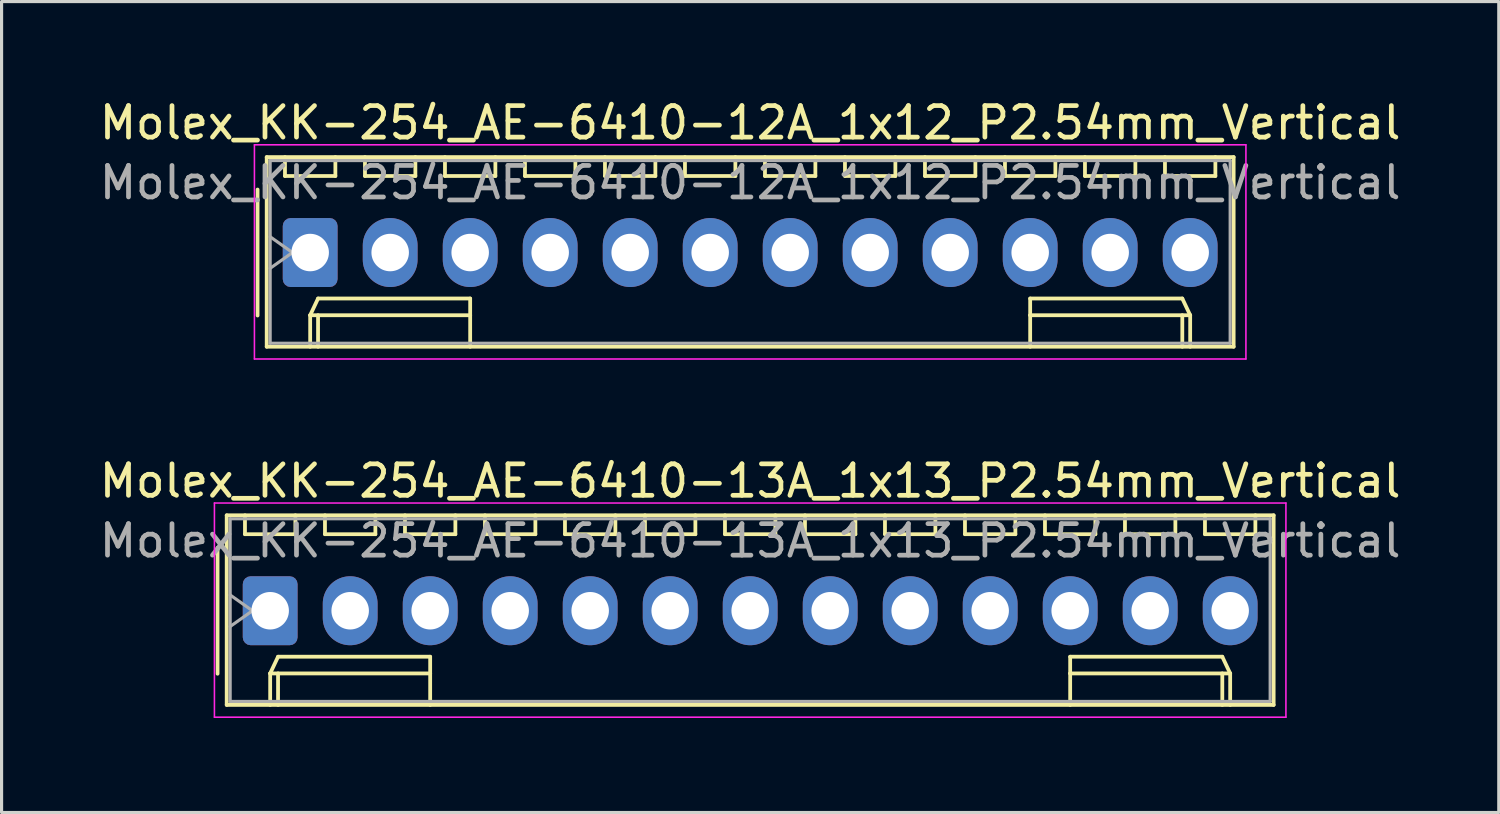
<source format=kicad_pcb>
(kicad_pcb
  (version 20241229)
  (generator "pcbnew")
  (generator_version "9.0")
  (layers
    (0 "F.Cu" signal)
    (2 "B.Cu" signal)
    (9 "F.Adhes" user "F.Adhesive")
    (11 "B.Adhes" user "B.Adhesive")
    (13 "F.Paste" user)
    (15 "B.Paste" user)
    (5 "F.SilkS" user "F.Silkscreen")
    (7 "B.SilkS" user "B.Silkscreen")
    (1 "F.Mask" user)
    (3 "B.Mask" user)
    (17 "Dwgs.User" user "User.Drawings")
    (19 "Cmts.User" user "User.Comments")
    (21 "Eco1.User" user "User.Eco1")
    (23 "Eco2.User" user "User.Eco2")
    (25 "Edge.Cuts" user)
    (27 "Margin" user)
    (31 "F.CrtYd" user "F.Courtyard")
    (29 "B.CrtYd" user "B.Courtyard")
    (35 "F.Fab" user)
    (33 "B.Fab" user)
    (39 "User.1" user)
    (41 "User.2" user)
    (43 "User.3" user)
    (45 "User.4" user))
  (footprint "Molex_KK-254_AE-6410-12A_1x12_P2.54mm_Vertical"
    (layer "F.Cu")
    (at 6.798 4.968)
    (property "Reference" "Molex_KK-254_AE-6410-12A_1x12_P2.54mm_Vertical" (at 13.97 -4.12 0) (layer "F.SilkS") (effects (font (size 1 1) (thickness 0.15))))
    (attr through_hole)
    (fp_line (start -1.67 -2) (end -1.67 2) (stroke (width 0.12) (type solid)) (layer "F.SilkS"))
    (fp_line (start -1.38 -3.03) (end -1.38 2.99) (stroke (width 0.12) (type solid)) (layer "F.SilkS"))
    (fp_line (start -1.38 2.99) (end 29.32 2.99) (stroke (width 0.12) (type solid)) (layer "F.SilkS"))
    (fp_line (start -0.8 -3.03) (end -0.8 -2.43) (stroke (width 0.12) (type solid)) (layer "F.SilkS"))
    (fp_line (start -0.8 -2.43) (end 0.8 -2.43) (stroke (width 0.12) (type solid)) (layer "F.SilkS"))
    (fp_line (start 0 1.99) (end 0.25 1.46) (stroke (width 0.12) (type solid)) (layer "F.SilkS"))
    (fp_line (start 0 1.99) (end 5.08 1.99) (stroke (width 0.12) (type solid)) (layer "F.SilkS"))
    (fp_line (start 0 2.99) (end 0 1.99) (stroke (width 0.12) (type solid)) (layer "F.SilkS"))
    (fp_line (start 0.25 1.46) (end 5.08 1.46) (stroke (width 0.12) (type solid)) (layer "F.SilkS"))
    (fp_line (start 0.25 2.99) (end 0.25 1.99) (stroke (width 0.12) (type solid)) (layer "F.SilkS"))
    (fp_line (start 0.8 -2.43) (end 0.8 -3.03) (stroke (width 0.12) (type solid)) (layer "F.SilkS"))
    (fp_line (start 1.74 -3.03) (end 1.74 -2.43) (stroke (width 0.12) (type solid)) (layer "F.SilkS"))
    (fp_line (start 1.74 -2.43) (end 3.34 -2.43) (stroke (width 0.12) (type solid)) (layer "F.SilkS"))
    (fp_line (start 3.34 -2.43) (end 3.34 -3.03) (stroke (width 0.12) (type solid)) (layer "F.SilkS"))
    (fp_line (start 4.28 -3.03) (end 4.28 -2.43) (stroke (width 0.12) (type solid)) (layer "F.SilkS"))
    (fp_line (start 4.28 -2.43) (end 5.88 -2.43) (stroke (width 0.12) (type solid)) (layer "F.SilkS"))
    (fp_line (start 5.08 1.46) (end 5.08 1.99) (stroke (width 0.12) (type solid)) (layer "F.SilkS"))
    (fp_line (start 5.08 1.99) (end 5.08 2.99) (stroke (width 0.12) (type solid)) (layer "F.SilkS"))
    (fp_line (start 5.88 -2.43) (end 5.88 -3.03) (stroke (width 0.12) (type solid)) (layer "F.SilkS"))
    (fp_line (start 6.82 -3.03) (end 6.82 -2.43) (stroke (width 0.12) (type solid)) (layer "F.SilkS"))
    (fp_line (start 6.82 -2.43) (end 8.42 -2.43) (stroke (width 0.12) (type solid)) (layer "F.SilkS"))
    (fp_line (start 8.42 -2.43) (end 8.42 -3.03) (stroke (width 0.12) (type solid)) (layer "F.SilkS"))
    (fp_line (start 9.36 -3.03) (end 9.36 -2.43) (stroke (width 0.12) (type solid)) (layer "F.SilkS"))
    (fp_line (start 9.36 -2.43) (end 10.96 -2.43) (stroke (width 0.12) (type solid)) (layer "F.SilkS"))
    (fp_line (start 10.96 -2.43) (end 10.96 -3.03) (stroke (width 0.12) (type solid)) (layer "F.SilkS"))
    (fp_line (start 11.9 -3.03) (end 11.9 -2.43) (stroke (width 0.12) (type solid)) (layer "F.SilkS"))
    (fp_line (start 11.9 -2.43) (end 13.5 -2.43) (stroke (width 0.12) (type solid)) (layer "F.SilkS"))
    (fp_line (start 13.5 -2.43) (end 13.5 -3.03) (stroke (width 0.12) (type solid)) (layer "F.SilkS"))
    (fp_line (start 14.44 -3.03) (end 14.44 -2.43) (stroke (width 0.12) (type solid)) (layer "F.SilkS"))
    (fp_line (start 14.44 -2.43) (end 16.04 -2.43) (stroke (width 0.12) (type solid)) (layer "F.SilkS"))
    (fp_line (start 16.04 -2.43) (end 16.04 -3.03) (stroke (width 0.12) (type solid)) (layer "F.SilkS"))
    (fp_line (start 16.98 -3.03) (end 16.98 -2.43) (stroke (width 0.12) (type solid)) (layer "F.SilkS"))
    (fp_line (start 16.98 -2.43) (end 18.58 -2.43) (stroke (width 0.12) (type solid)) (layer "F.SilkS"))
    (fp_line (start 18.58 -2.43) (end 18.58 -3.03) (stroke (width 0.12) (type solid)) (layer "F.SilkS"))
    (fp_line (start 19.52 -3.03) (end 19.52 -2.43) (stroke (width 0.12) (type solid)) (layer "F.SilkS"))
    (fp_line (start 19.52 -2.43) (end 21.12 -2.43) (stroke (width 0.12) (type solid)) (layer "F.SilkS"))
    (fp_line (start 21.12 -2.43) (end 21.12 -3.03) (stroke (width 0.12) (type solid)) (layer "F.SilkS"))
    (fp_line (start 22.06 -3.03) (end 22.06 -2.43) (stroke (width 0.12) (type solid)) (layer "F.SilkS"))
    (fp_line (start 22.06 -2.43) (end 23.66 -2.43) (stroke (width 0.12) (type solid)) (layer "F.SilkS"))
    (fp_line (start 22.86 1.46) (end 22.86 1.99) (stroke (width 0.12) (type solid)) (layer "F.SilkS"))
    (fp_line (start 22.86 1.99) (end 22.86 2.99) (stroke (width 0.12) (type solid)) (layer "F.SilkS"))
    (fp_line (start 23.66 -2.43) (end 23.66 -3.03) (stroke (width 0.12) (type solid)) (layer "F.SilkS"))
    (fp_line (start 24.6 -3.03) (end 24.6 -2.43) (stroke (width 0.12) (type solid)) (layer "F.SilkS"))
    (fp_line (start 24.6 -2.43) (end 26.2 -2.43) (stroke (width 0.12) (type solid)) (layer "F.SilkS"))
    (fp_line (start 26.2 -2.43) (end 26.2 -3.03) (stroke (width 0.12) (type solid)) (layer "F.SilkS"))
    (fp_line (start 27.14 -3.03) (end 27.14 -2.43) (stroke (width 0.12) (type solid)) (layer "F.SilkS"))
    (fp_line (start 27.14 -2.43) (end 28.74 -2.43) (stroke (width 0.12) (type solid)) (layer "F.SilkS"))
    (fp_line (start 27.69 1.46) (end 22.86 1.46) (stroke (width 0.12) (type solid)) (layer "F.SilkS"))
    (fp_line (start 27.69 2.99) (end 27.69 1.99) (stroke (width 0.12) (type solid)) (layer "F.SilkS"))
    (fp_line (start 27.94 1.99) (end 22.86 1.99) (stroke (width 0.12) (type solid)) (layer "F.SilkS"))
    (fp_line (start 27.94 1.99) (end 27.69 1.46) (stroke (width 0.12) (type solid)) (layer "F.SilkS"))
    (fp_line (start 27.94 2.99) (end 27.94 1.99) (stroke (width 0.12) (type solid)) (layer "F.SilkS"))
    (fp_line (start 28.74 -2.43) (end 28.74 -3.03) (stroke (width 0.12) (type solid)) (layer "F.SilkS"))
    (fp_line (start 29.32 -3.03) (end -1.38 -3.03) (stroke (width 0.12) (type solid)) (layer "F.SilkS"))
    (fp_line (start 29.32 2.99) (end 29.32 -3.03) (stroke (width 0.12) (type solid)) (layer "F.SilkS"))
    (fp_line (start -1.77 -3.42) (end -1.77 3.38) (stroke (width 0.05) (type solid)) (layer "F.CrtYd"))
    (fp_line (start -1.77 3.38) (end 29.71 3.38) (stroke (width 0.05) (type solid)) (layer "F.CrtYd"))
    (fp_line (start 29.71 -3.42) (end -1.77 -3.42) (stroke (width 0.05) (type solid)) (layer "F.CrtYd"))
    (fp_line (start 29.71 3.38) (end 29.71 -3.42) (stroke (width 0.05) (type solid)) (layer "F.CrtYd"))
    (fp_line (start -1.27 -2.92) (end -1.27 2.88) (stroke (width 0.1) (type solid)) (layer "F.Fab"))
    (fp_line (start -1.27 -0.5) (end -0.563 0) (stroke (width 0.1) (type solid)) (layer "F.Fab"))
    (fp_line (start -1.27 2.88) (end 29.21 2.88) (stroke (width 0.1) (type solid)) (layer "F.Fab"))
    (fp_line (start -0.563 0) (end -1.27 0.5) (stroke (width 0.1) (type solid)) (layer "F.Fab"))
    (fp_line (start 29.21 -2.92) (end -1.27 -2.92) (stroke (width 0.1) (type solid)) (layer "F.Fab"))
    (fp_line (start 29.21 2.88) (end 29.21 -2.92) (stroke (width 0.1) (type solid)) (layer "F.Fab"))
    (fp_text user "${REFERENCE}" (at 13.97 -2.22 0) (layer "F.Fab") (effects (font (size 1 1) (thickness 0.15))))
    (pad "1" thru_hole roundrect (at 0 0) (size 1.74 2.19) (drill 1.19) (layers "*.Cu" "*.Mask") (roundrect_rratio 0.144))
    (pad "2" thru_hole oval (at 2.54 0) (size 1.74 2.19) (drill 1.19) (layers "*.Cu" "*.Mask"))
    (pad "3" thru_hole oval (at 5.08 0) (size 1.74 2.19) (drill 1.19) (layers "*.Cu" "*.Mask"))
    (pad "4" thru_hole oval (at 7.62 0) (size 1.74 2.19) (drill 1.19) (layers "*.Cu" "*.Mask"))
    (pad "5" thru_hole oval (at 10.16 0) (size 1.74 2.19) (drill 1.19) (layers "*.Cu" "*.Mask"))
    (pad "6" thru_hole oval (at 12.7 0) (size 1.74 2.19) (drill 1.19) (layers "*.Cu" "*.Mask"))
    (pad "7" thru_hole oval (at 15.24 0) (size 1.74 2.19) (drill 1.19) (layers "*.Cu" "*.Mask"))
    (pad "8" thru_hole oval (at 17.78 0) (size 1.74 2.19) (drill 1.19) (layers "*.Cu" "*.Mask"))
    (pad "9" thru_hole oval (at 20.32 0) (size 1.74 2.19) (drill 1.19) (layers "*.Cu" "*.Mask"))
    (pad "10" thru_hole oval (at 22.86 0) (size 1.74 2.19) (drill 1.19) (layers "*.Cu" "*.Mask"))
    (pad "11" thru_hole oval (at 25.4 0) (size 1.74 2.19) (drill 1.19) (layers "*.Cu" "*.Mask"))
    (pad "12" thru_hole oval (at 27.94 0) (size 1.74 2.19) (drill 1.19) (layers "*.Cu" "*.Mask")))
  (footprint "Molex_KK-254_AE-6410-13A_1x13_P2.54mm_Vertical"
    (layer "F.Cu")
    (at 5.528 16.341)
    (property "Reference" "Molex_KK-254_AE-6410-13A_1x13_P2.54mm_Vertical" (at 15.24 -4.12 0) (layer "F.SilkS") (effects (font (size 1 1) (thickness 0.15))))
    (attr through_hole)
    (fp_line (start -1.67 -2) (end -1.67 2) (stroke (width 0.12) (type solid)) (layer "F.SilkS"))
    (fp_line (start -1.38 -3.03) (end -1.38 2.99) (stroke (width 0.12) (type solid)) (layer "F.SilkS"))
    (fp_line (start -1.38 2.99) (end 31.86 2.99) (stroke (width 0.12) (type solid)) (layer "F.SilkS"))
    (fp_line (start -0.8 -3.03) (end -0.8 -2.43) (stroke (width 0.12) (type solid)) (layer "F.SilkS"))
    (fp_line (start -0.8 -2.43) (end 0.8 -2.43) (stroke (width 0.12) (type solid)) (layer "F.SilkS"))
    (fp_line (start 0 1.99) (end 0.25 1.46) (stroke (width 0.12) (type solid)) (layer "F.SilkS"))
    (fp_line (start 0 1.99) (end 5.08 1.99) (stroke (width 0.12) (type solid)) (layer "F.SilkS"))
    (fp_line (start 0 2.99) (end 0 1.99) (stroke (width 0.12) (type solid)) (layer "F.SilkS"))
    (fp_line (start 0.25 1.46) (end 5.08 1.46) (stroke (width 0.12) (type solid)) (layer "F.SilkS"))
    (fp_line (start 0.25 2.99) (end 0.25 1.99) (stroke (width 0.12) (type solid)) (layer "F.SilkS"))
    (fp_line (start 0.8 -2.43) (end 0.8 -3.03) (stroke (width 0.12) (type solid)) (layer "F.SilkS"))
    (fp_line (start 1.74 -3.03) (end 1.74 -2.43) (stroke (width 0.12) (type solid)) (layer "F.SilkS"))
    (fp_line (start 1.74 -2.43) (end 3.34 -2.43) (stroke (width 0.12) (type solid)) (layer "F.SilkS"))
    (fp_line (start 3.34 -2.43) (end 3.34 -3.03) (stroke (width 0.12) (type solid)) (layer "F.SilkS"))
    (fp_line (start 4.28 -3.03) (end 4.28 -2.43) (stroke (width 0.12) (type solid)) (layer "F.SilkS"))
    (fp_line (start 4.28 -2.43) (end 5.88 -2.43) (stroke (width 0.12) (type solid)) (layer "F.SilkS"))
    (fp_line (start 5.08 1.46) (end 5.08 1.99) (stroke (width 0.12) (type solid)) (layer "F.SilkS"))
    (fp_line (start 5.08 1.99) (end 5.08 2.99) (stroke (width 0.12) (type solid)) (layer "F.SilkS"))
    (fp_line (start 5.88 -2.43) (end 5.88 -3.03) (stroke (width 0.12) (type solid)) (layer "F.SilkS"))
    (fp_line (start 6.82 -3.03) (end 6.82 -2.43) (stroke (width 0.12) (type solid)) (layer "F.SilkS"))
    (fp_line (start 6.82 -2.43) (end 8.42 -2.43) (stroke (width 0.12) (type solid)) (layer "F.SilkS"))
    (fp_line (start 8.42 -2.43) (end 8.42 -3.03) (stroke (width 0.12) (type solid)) (layer "F.SilkS"))
    (fp_line (start 9.36 -3.03) (end 9.36 -2.43) (stroke (width 0.12) (type solid)) (layer "F.SilkS"))
    (fp_line (start 9.36 -2.43) (end 10.96 -2.43) (stroke (width 0.12) (type solid)) (layer "F.SilkS"))
    (fp_line (start 10.96 -2.43) (end 10.96 -3.03) (stroke (width 0.12) (type solid)) (layer "F.SilkS"))
    (fp_line (start 11.9 -3.03) (end 11.9 -2.43) (stroke (width 0.12) (type solid)) (layer "F.SilkS"))
    (fp_line (start 11.9 -2.43) (end 13.5 -2.43) (stroke (width 0.12) (type solid)) (layer "F.SilkS"))
    (fp_line (start 13.5 -2.43) (end 13.5 -3.03) (stroke (width 0.12) (type solid)) (layer "F.SilkS"))
    (fp_line (start 14.44 -3.03) (end 14.44 -2.43) (stroke (width 0.12) (type solid)) (layer "F.SilkS"))
    (fp_line (start 14.44 -2.43) (end 16.04 -2.43) (stroke (width 0.12) (type solid)) (layer "F.SilkS"))
    (fp_line (start 16.04 -2.43) (end 16.04 -3.03) (stroke (width 0.12) (type solid)) (layer "F.SilkS"))
    (fp_line (start 16.98 -3.03) (end 16.98 -2.43) (stroke (width 0.12) (type solid)) (layer "F.SilkS"))
    (fp_line (start 16.98 -2.43) (end 18.58 -2.43) (stroke (width 0.12) (type solid)) (layer "F.SilkS"))
    (fp_line (start 18.58 -2.43) (end 18.58 -3.03) (stroke (width 0.12) (type solid)) (layer "F.SilkS"))
    (fp_line (start 19.52 -3.03) (end 19.52 -2.43) (stroke (width 0.12) (type solid)) (layer "F.SilkS"))
    (fp_line (start 19.52 -2.43) (end 21.12 -2.43) (stroke (width 0.12) (type solid)) (layer "F.SilkS"))
    (fp_line (start 21.12 -2.43) (end 21.12 -3.03) (stroke (width 0.12) (type solid)) (layer "F.SilkS"))
    (fp_line (start 22.06 -3.03) (end 22.06 -2.43) (stroke (width 0.12) (type solid)) (layer "F.SilkS"))
    (fp_line (start 22.06 -2.43) (end 23.66 -2.43) (stroke (width 0.12) (type solid)) (layer "F.SilkS"))
    (fp_line (start 23.66 -2.43) (end 23.66 -3.03) (stroke (width 0.12) (type solid)) (layer "F.SilkS"))
    (fp_line (start 24.6 -3.03) (end 24.6 -2.43) (stroke (width 0.12) (type solid)) (layer "F.SilkS"))
    (fp_line (start 24.6 -2.43) (end 26.2 -2.43) (stroke (width 0.12) (type solid)) (layer "F.SilkS"))
    (fp_line (start 25.4 1.46) (end 25.4 1.99) (stroke (width 0.12) (type solid)) (layer "F.SilkS"))
    (fp_line (start 25.4 1.99) (end 25.4 2.99) (stroke (width 0.12) (type solid)) (layer "F.SilkS"))
    (fp_line (start 26.2 -2.43) (end 26.2 -3.03) (stroke (width 0.12) (type solid)) (layer "F.SilkS"))
    (fp_line (start 27.14 -3.03) (end 27.14 -2.43) (stroke (width 0.12) (type solid)) (layer "F.SilkS"))
    (fp_line (start 27.14 -2.43) (end 28.74 -2.43) (stroke (width 0.12) (type solid)) (layer "F.SilkS"))
    (fp_line (start 28.74 -2.43) (end 28.74 -3.03) (stroke (width 0.12) (type solid)) (layer "F.SilkS"))
    (fp_line (start 29.68 -3.03) (end 29.68 -2.43) (stroke (width 0.12) (type solid)) (layer "F.SilkS"))
    (fp_line (start 29.68 -2.43) (end 31.28 -2.43) (stroke (width 0.12) (type solid)) (layer "F.SilkS"))
    (fp_line (start 30.23 1.46) (end 25.4 1.46) (stroke (width 0.12) (type solid)) (layer "F.SilkS"))
    (fp_line (start 30.23 2.99) (end 30.23 1.99) (stroke (width 0.12) (type solid)) (layer "F.SilkS"))
    (fp_line (start 30.48 1.99) (end 25.4 1.99) (stroke (width 0.12) (type solid)) (layer "F.SilkS"))
    (fp_line (start 30.48 1.99) (end 30.23 1.46) (stroke (width 0.12) (type solid)) (layer "F.SilkS"))
    (fp_line (start 30.48 2.99) (end 30.48 1.99) (stroke (width 0.12) (type solid)) (layer "F.SilkS"))
    (fp_line (start 31.28 -2.43) (end 31.28 -3.03) (stroke (width 0.12) (type solid)) (layer "F.SilkS"))
    (fp_line (start 31.86 -3.03) (end -1.38 -3.03) (stroke (width 0.12) (type solid)) (layer "F.SilkS"))
    (fp_line (start 31.86 2.99) (end 31.86 -3.03) (stroke (width 0.12) (type solid)) (layer "F.SilkS"))
    (fp_line (start -1.77 -3.42) (end -1.77 3.38) (stroke (width 0.05) (type solid)) (layer "F.CrtYd"))
    (fp_line (start -1.77 3.38) (end 32.25 3.38) (stroke (width 0.05) (type solid)) (layer "F.CrtYd"))
    (fp_line (start 32.25 -3.42) (end -1.77 -3.42) (stroke (width 0.05) (type solid)) (layer "F.CrtYd"))
    (fp_line (start 32.25 3.38) (end 32.25 -3.42) (stroke (width 0.05) (type solid)) (layer "F.CrtYd"))
    (fp_line (start -1.27 -2.92) (end -1.27 2.88) (stroke (width 0.1) (type solid)) (layer "F.Fab"))
    (fp_line (start -1.27 -0.5) (end -0.563 0) (stroke (width 0.1) (type solid)) (layer "F.Fab"))
    (fp_line (start -1.27 2.88) (end 31.75 2.88) (stroke (width 0.1) (type solid)) (layer "F.Fab"))
    (fp_line (start -0.563 0) (end -1.27 0.5) (stroke (width 0.1) (type solid)) (layer "F.Fab"))
    (fp_line (start 31.75 -2.92) (end -1.27 -2.92) (stroke (width 0.1) (type solid)) (layer "F.Fab"))
    (fp_line (start 31.75 2.88) (end 31.75 -2.92) (stroke (width 0.1) (type solid)) (layer "F.Fab"))
    (fp_text user "${REFERENCE}" (at 15.24 -2.22 0) (layer "F.Fab") (effects (font (size 1 1) (thickness 0.15))))
    (pad "1" thru_hole roundrect (at 0 0) (size 1.74 2.19) (drill 1.19) (layers "*.Cu" "*.Mask") (roundrect_rratio 0.144))
    (pad "2" thru_hole oval (at 2.54 0) (size 1.74 2.19) (drill 1.19) (layers "*.Cu" "*.Mask"))
    (pad "3" thru_hole oval (at 5.08 0) (size 1.74 2.19) (drill 1.19) (layers "*.Cu" "*.Mask"))
    (pad "4" thru_hole oval (at 7.62 0) (size 1.74 2.19) (drill 1.19) (layers "*.Cu" "*.Mask"))
    (pad "5" thru_hole oval (at 10.16 0) (size 1.74 2.19) (drill 1.19) (layers "*.Cu" "*.Mask"))
    (pad "6" thru_hole oval (at 12.7 0) (size 1.74 2.19) (drill 1.19) (layers "*.Cu" "*.Mask"))
    (pad "7" thru_hole oval (at 15.24 0) (size 1.74 2.19) (drill 1.19) (layers "*.Cu" "*.Mask"))
    (pad "8" thru_hole oval (at 17.78 0) (size 1.74 2.19) (drill 1.19) (layers "*.Cu" "*.Mask"))
    (pad "9" thru_hole oval (at 20.32 0) (size 1.74 2.19) (drill 1.19) (layers "*.Cu" "*.Mask"))
    (pad "10" thru_hole oval (at 22.86 0) (size 1.74 2.19) (drill 1.19) (layers "*.Cu" "*.Mask"))
    (pad "11" thru_hole oval (at 25.4 0) (size 1.74 2.19) (drill 1.19) (layers "*.Cu" "*.Mask"))
    (pad "12" thru_hole oval (at 27.94 0) (size 1.74 2.19) (drill 1.19) (layers "*.Cu" "*.Mask"))
    (pad "13" thru_hole oval (at 30.48 0) (size 1.74 2.19) (drill 1.19) (layers "*.Cu" "*.Mask")))
  (gr_rect
    (start -3 -3)
    (end 44.536 22.747)
    (stroke (width 0.1) (type default))
    (fill no)
    (layer "Edge.Cuts")))
</source>
